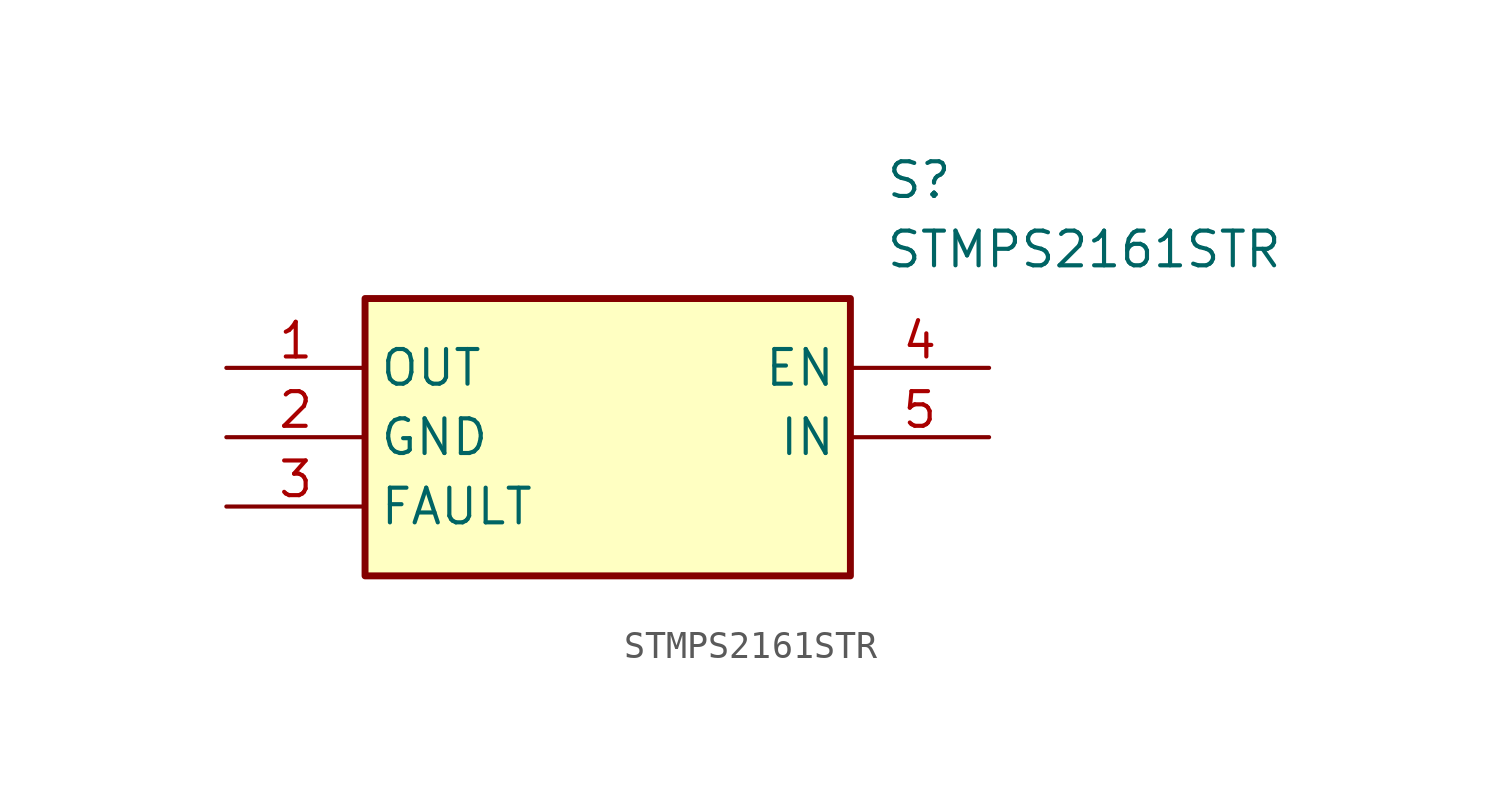
<source format=kicad_sym>
(kicad_symbol_lib
  (version 20211014)
  (generator SamacSys_ECAD_Model)
  (symbol "STMPS2161STR"
    (property "Reference" "S"
      (at 24.13 7.62 0)
      (effects (font (size 1.27 1.27)) (justify left top)))
    (property "Value" "STMPS2161STR"
      (at 24.13 5.08 0)
      (effects (font (size 1.27 1.27)) (justify left top)))
    (rectangle
      (start 5.08 2.54)
      (end 22.86 -7.62)
      (stroke (width 0.254) (type default))
      (fill (type background)))
    (pin passive line
      (at 0 0 0)
      (length 5.08)
      (name "OUT" (effects (font (size 1.27 1.27))))
      (number "1" (effects (font (size 1.27 1.27)))))
    (pin passive line
      (at 0 -2.54 0)
      (length 5.08)
      (name "GND" (effects (font (size 1.27 1.27))))
      (number "2" (effects (font (size 1.27 1.27)))))
    (pin passive line
      (at 0 -5.08 0)
      (length 5.08)
      (name "FAULT" (effects (font (size 1.27 1.27))))
      (number "3" (effects (font (size 1.27 1.27)))))
    (pin passive line
      (at 27.94 0 180)
      (length 5.08)
      (name "EN" (effects (font (size 1.27 1.27))))
      (number "4" (effects (font (size 1.27 1.27)))))
    (pin passive line
      (at 27.94 -2.54 180)
      (length 5.08)
      (name "IN" (effects (font (size 1.27 1.27))))
      (number "5" (effects (font (size 1.27 1.27)))))))
</source>
